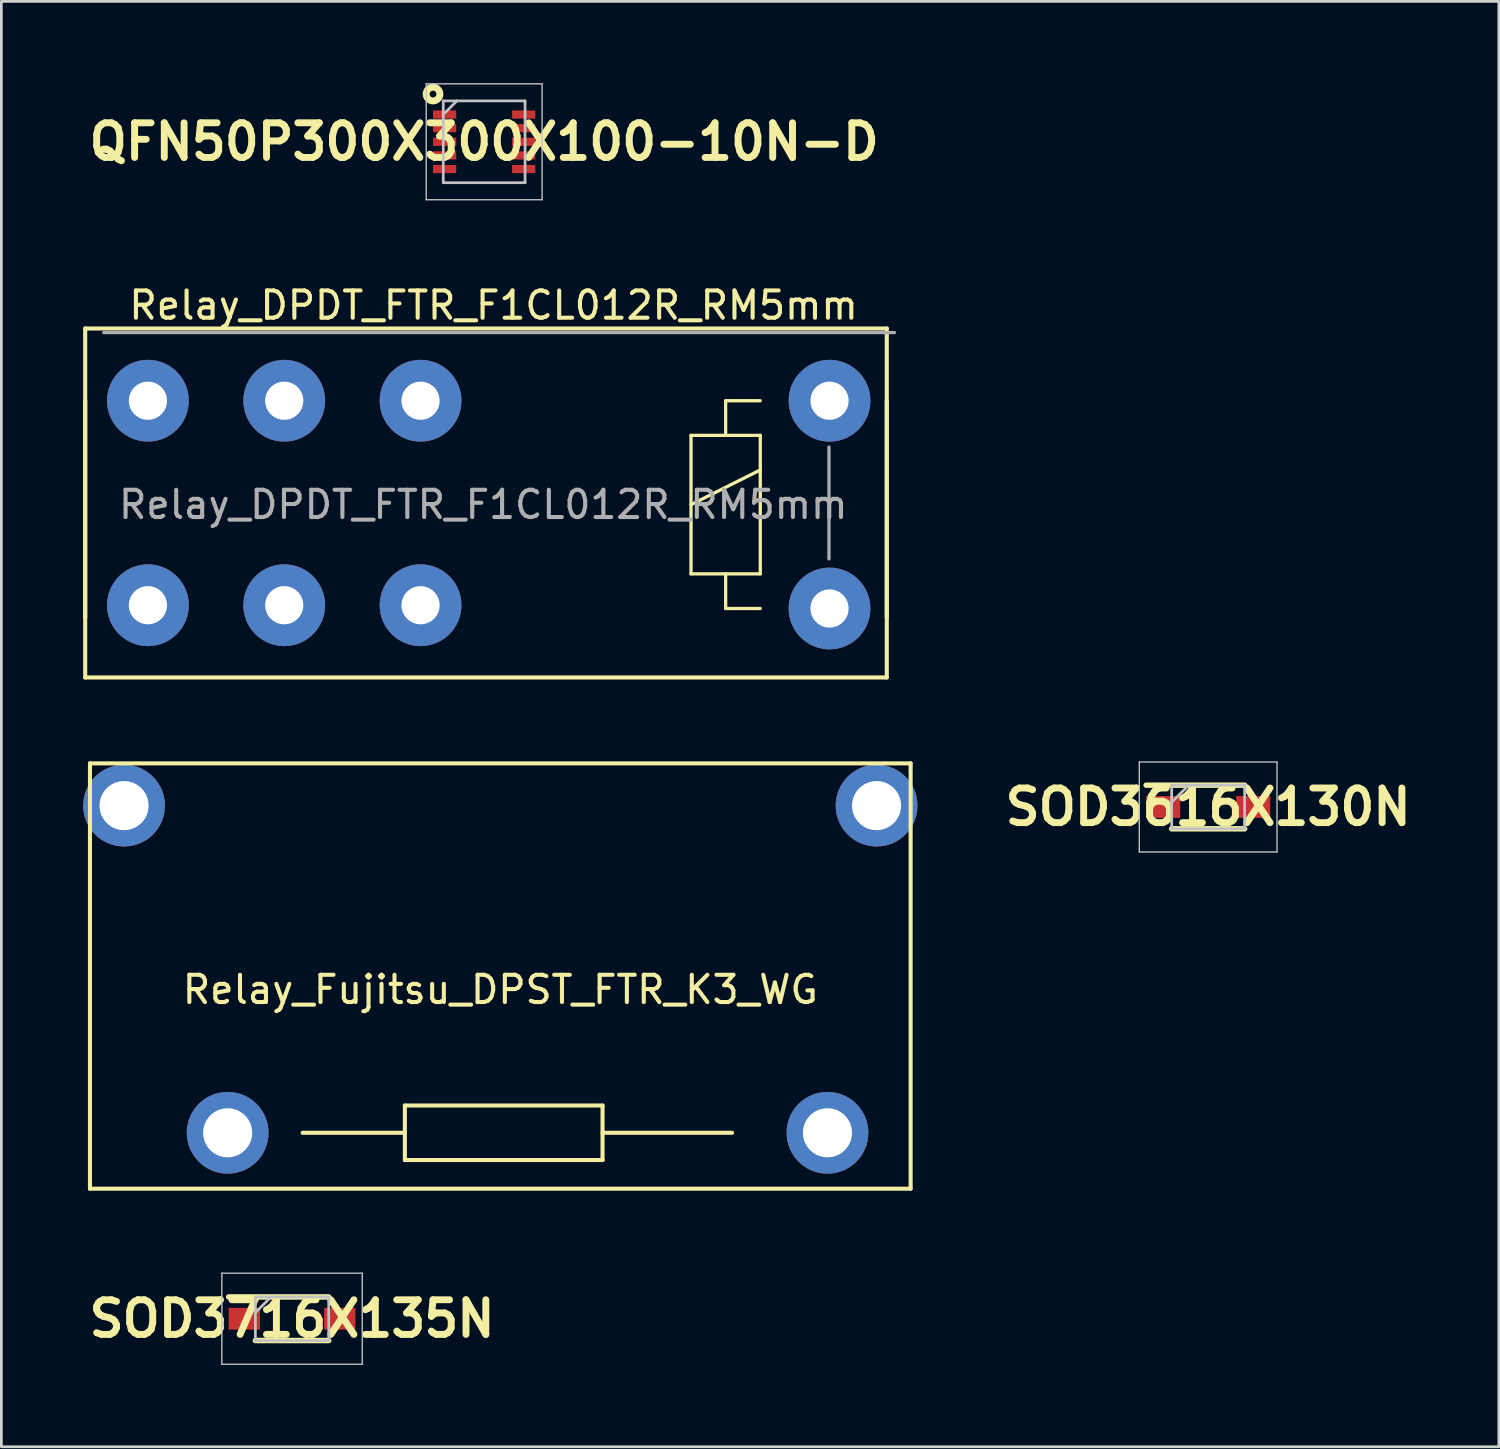
<source format=kicad_pcb>
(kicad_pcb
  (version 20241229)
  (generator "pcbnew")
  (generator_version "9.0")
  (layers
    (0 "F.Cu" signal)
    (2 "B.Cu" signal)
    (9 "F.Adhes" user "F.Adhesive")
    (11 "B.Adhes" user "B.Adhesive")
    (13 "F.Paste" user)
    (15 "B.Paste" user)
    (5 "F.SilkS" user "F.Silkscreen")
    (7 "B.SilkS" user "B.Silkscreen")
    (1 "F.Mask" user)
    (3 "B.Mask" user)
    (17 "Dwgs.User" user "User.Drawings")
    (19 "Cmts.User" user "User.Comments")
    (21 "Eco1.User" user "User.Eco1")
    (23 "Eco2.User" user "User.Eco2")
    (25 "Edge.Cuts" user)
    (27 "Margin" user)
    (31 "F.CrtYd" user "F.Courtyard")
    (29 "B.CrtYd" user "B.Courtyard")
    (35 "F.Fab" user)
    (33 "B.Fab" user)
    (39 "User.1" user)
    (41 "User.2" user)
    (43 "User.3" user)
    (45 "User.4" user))
  (footprint "QFN50P300X300X100-10N-D"
    (layer "F.Cu")
    (at 14.708 2.15)
    (property "Reference" "QFN50P300X300X100-10N-D" (at 0 0 0) (layer "F.SilkS") (effects (font (size 1.27 1.27) (thickness 0.254))))
    (attr smd)
    (fp_circle (center -1.875 -1.75) (end -1.75 -1.75) (stroke (width 0.254) (type solid)) (fill no) (layer "F.SilkS"))
    (fp_line (start -2.125 -2.125) (end 2.125 -2.125) (stroke (width 0.05) (type solid)) (layer "Dwgs.User"))
    (fp_line (start -2.125 2.125) (end -2.125 -2.125) (stroke (width 0.05) (type solid)) (layer "Dwgs.User"))
    (fp_line (start -1.5 -1.5) (end 1.5 -1.5) (stroke (width 0.1) (type solid)) (layer "Dwgs.User"))
    (fp_line (start -1.5 -1) (end -1 -1.5) (stroke (width 0.1) (type solid)) (layer "Dwgs.User"))
    (fp_line (start -1.5 1.5) (end -1.5 -1.5) (stroke (width 0.1) (type solid)) (layer "Dwgs.User"))
    (fp_line (start 1.5 -1.5) (end 1.5 1.5) (stroke (width 0.1) (type solid)) (layer "Dwgs.User"))
    (fp_line (start 1.5 1.5) (end -1.5 1.5) (stroke (width 0.1) (type solid)) (layer "Dwgs.User"))
    (fp_line (start 2.125 -2.125) (end 2.125 2.125) (stroke (width 0.05) (type solid)) (layer "Dwgs.User"))
    (fp_line (start 2.125 2.125) (end -2.125 2.125) (stroke (width 0.05) (type solid)) (layer "Dwgs.User"))
    (pad "1" smd rect (at -1.45 -1 90) (size 0.3 0.85) (layers "F.Cu" "F.Mask" "F.Paste"))
    (pad "2" smd rect (at -1.45 -0.5 90) (size 0.3 0.85) (layers "F.Cu" "F.Mask" "F.Paste"))
    (pad "3" smd rect (at -1.45 0 90) (size 0.3 0.85) (layers "F.Cu" "F.Mask" "F.Paste"))
    (pad "4" smd rect (at -1.45 0.5 90) (size 0.3 0.85) (layers "F.Cu" "F.Mask" "F.Paste"))
    (pad "5" smd rect (at -1.45 1 90) (size 0.3 0.85) (layers "F.Cu" "F.Mask" "F.Paste"))
    (pad "6" smd rect (at 1.45 1 90) (size 0.3 0.85) (layers "F.Cu" "F.Mask" "F.Paste"))
    (pad "7" smd rect (at 1.45 0.5 90) (size 0.3 0.85) (layers "F.Cu" "F.Mask" "F.Paste"))
    (pad "8" smd rect (at 1.45 0 90) (size 0.3 0.85) (layers "F.Cu" "F.Mask" "F.Paste"))
    (pad "9" smd rect (at 1.45 -0.5 90) (size 0.3 0.85) (layers "F.Cu" "F.Mask" "F.Paste"))
    (pad "10" smd rect (at 1.45 -1 90) (size 0.3 0.85) (layers "F.Cu" "F.Mask" "F.Paste")))
  (footprint "SOD3616X130N"
    (layer "F.Cu")
    (at 41.262 26.548)
    (property "Reference" "SOD3616X130N" (at 0 0 0) (layer "F.SilkS") (effects (font (size 1.27 1.27) (thickness 0.254))))
    (attr smd)
    (fp_line (start -2.275 -0.8) (end 1.338 -0.8) (stroke (width 0.2) (type solid)) (layer "F.SilkS"))
    (fp_line (start -1.338 0.8) (end 1.338 0.8) (stroke (width 0.2) (type solid)) (layer "F.SilkS"))
    (fp_line (start -2.525 -1.65) (end 2.525 -1.65) (stroke (width 0.05) (type solid)) (layer "Dwgs.User"))
    (fp_line (start -2.525 1.65) (end -2.525 -1.65) (stroke (width 0.05) (type solid)) (layer "Dwgs.User"))
    (fp_line (start -1.338 -0.8) (end 1.338 -0.8) (stroke (width 0.1) (type solid)) (layer "Dwgs.User"))
    (fp_line (start -1.338 -0.175) (end -0.712 -0.8) (stroke (width 0.1) (type solid)) (layer "Dwgs.User"))
    (fp_line (start -1.338 0.8) (end -1.338 -0.8) (stroke (width 0.1) (type solid)) (layer "Dwgs.User"))
    (fp_line (start 1.338 -0.8) (end 1.338 0.8) (stroke (width 0.1) (type solid)) (layer "Dwgs.User"))
    (fp_line (start 1.338 0.8) (end -1.338 0.8) (stroke (width 0.1) (type solid)) (layer "Dwgs.User"))
    (fp_line (start 2.525 -1.65) (end 2.525 1.65) (stroke (width 0.05) (type solid)) (layer "Dwgs.User"))
    (fp_line (start 2.525 1.65) (end -2.525 1.65) (stroke (width 0.05) (type solid)) (layer "Dwgs.User"))
    (pad "1" smd rect (at -1.65 0 90) (size 0.8 1.25) (layers "F.Cu" "F.Mask" "F.Paste"))
    (pad "2" smd rect (at 1.65 0 90) (size 0.8 1.25) (layers "F.Cu" "F.Mask" "F.Paste")))
  (footprint "SOD3716X135N"
    (layer "F.Cu")
    (at 7.662 45.318)
    (property "Reference" "SOD3716X135N" (at 0 0 0) (layer "F.SilkS") (effects (font (size 1.27 1.27) (thickness 0.254))))
    (attr smd)
    (fp_line (start -2.325 -0.8) (end 1.345 -0.8) (stroke (width 0.2) (type solid)) (layer "F.SilkS"))
    (fp_line (start -1.345 0.8) (end 1.345 0.8) (stroke (width 0.2) (type solid)) (layer "F.SilkS"))
    (fp_line (start -2.575 -1.67) (end 2.575 -1.67) (stroke (width 0.05) (type solid)) (layer "Dwgs.User"))
    (fp_line (start -2.575 1.67) (end -2.575 -1.67) (stroke (width 0.05) (type solid)) (layer "Dwgs.User"))
    (fp_line (start -1.345 -0.8) (end 1.345 -0.8) (stroke (width 0.1) (type solid)) (layer "Dwgs.User"))
    (fp_line (start -1.345 -0.225) (end -0.77 -0.8) (stroke (width 0.1) (type solid)) (layer "Dwgs.User"))
    (fp_line (start -1.345 0.8) (end -1.345 -0.8) (stroke (width 0.1) (type solid)) (layer "Dwgs.User"))
    (fp_line (start 1.345 -0.8) (end 1.345 0.8) (stroke (width 0.1) (type solid)) (layer "Dwgs.User"))
    (fp_line (start 1.345 0.8) (end -1.345 0.8) (stroke (width 0.1) (type solid)) (layer "Dwgs.User"))
    (fp_line (start 2.575 -1.67) (end 2.575 1.67) (stroke (width 0.05) (type solid)) (layer "Dwgs.User"))
    (fp_line (start 2.575 1.67) (end -2.575 1.67) (stroke (width 0.05) (type solid)) (layer "Dwgs.User"))
    (pad "1" smd rect (at -1.75 0 90) (size 0.8 1.15) (layers "F.Cu" "F.Mask" "F.Paste"))
    (pad "2" smd rect (at 1.75 0 90) (size 0.8 1.15) (layers "F.Cu" "F.Mask" "F.Paste")))
  (footprint "Relay_Fujitsu_DPST_FTR_K3_WG"
    (layer "F.Cu")
    (at 3.2 32.748)
    (property "Reference" "Relay_Fujitsu_DPST_FTR_K3_WG" (at 12.1 0.5 0) (layer "F.SilkS") (effects (font (size 1 1) (thickness 0.15))))
    (attr through_hole)
    (fp_line (start -2.95 -7.8) (end -2.95 7.8) (stroke (width 0.15) (type solid)) (layer "F.SilkS"))
    (fp_line (start -2.95 7.8) (end 27.15 7.8) (stroke (width 0.15) (type solid)) (layer "F.SilkS"))
    (fp_line (start 8.6 4.75) (end 15.85 4.75) (stroke (width 0.15) (type solid)) (layer "F.SilkS"))
    (fp_line (start 8.6 5.75) (end 4.85 5.75) (stroke (width 0.15) (type solid)) (layer "F.SilkS"))
    (fp_line (start 8.6 6.75) (end 8.6 4.75) (stroke (width 0.15) (type solid)) (layer "F.SilkS"))
    (fp_line (start 15.85 4.75) (end 15.85 6.75) (stroke (width 0.15) (type solid)) (layer "F.SilkS"))
    (fp_line (start 15.85 5.75) (end 20.6 5.75) (stroke (width 0.15) (type solid)) (layer "F.SilkS"))
    (fp_line (start 15.85 6.75) (end 8.6 6.75) (stroke (width 0.15) (type solid)) (layer "F.SilkS"))
    (fp_line (start 27.15 -7.8) (end -2.95 -7.8) (stroke (width 0.15) (type solid)) (layer "F.SilkS"))
    (fp_line (start 27.15 7.8) (end 27.15 -7.8) (stroke (width 0.15) (type solid)) (layer "F.SilkS"))
    (pad "1" thru_hole circle (at 24.1 5.75) (size 3 3) (drill 1.8) (layers "*.Cu" "*.Mask"))
    (pad "2" thru_hole circle (at 2.1 5.75) (size 3 3) (drill 1.8) (layers "*.Cu" "*.Mask"))
    (pad "3" thru_hole circle (at -1.7 -6.25) (size 3 3) (drill 1.8) (layers "*.Cu" "*.Mask"))
    (pad "4" thru_hole circle (at 25.9 -6.25) (size 3 3) (drill 1.8) (layers "*.Cu" "*.Mask")))
  (footprint "Relay_DPDT_FTR_F1CL012R_RM5mm"
    (layer "F.Cu")
    (at 2.375 11.648)
    (property "Reference" "Relay_DPDT_FTR_F1CL012R_RM5mm" (at 12.68 -3.5 0) (layer "F.SilkS") (effects (font (size 1 1) (thickness 0.15))))
    (attr through_hole)
    (fp_line (start -2.3 -2.65) (end -2.3 7.95) (stroke (width 0.15) (type solid)) (layer "F.SilkS"))
    (fp_line (start -2.3 10.15) (end -2.3 0) (stroke (width 0.15) (type solid)) (layer "F.SilkS"))
    (fp_line (start 19.92 1.27) (end 19.92 6.35) (stroke (width 0.12) (type solid)) (layer "F.SilkS"))
    (fp_line (start 19.92 6.35) (end 22.46 6.35) (stroke (width 0.12) (type solid)) (layer "F.SilkS"))
    (fp_line (start 21.19 0) (end 21.19 1.27) (stroke (width 0.12) (type solid)) (layer "F.SilkS"))
    (fp_line (start 21.19 1.27) (end 19.92 1.27) (stroke (width 0.12) (type solid)) (layer "F.SilkS"))
    (fp_line (start 21.19 6.35) (end 21.19 7.62) (stroke (width 0.12) (type solid)) (layer "F.SilkS"))
    (fp_line (start 21.19 7.62) (end 22.46 7.62) (stroke (width 0.12) (type solid)) (layer "F.SilkS"))
    (fp_line (start 22.46 0) (end 21.19 0) (stroke (width 0.12) (type solid)) (layer "F.SilkS"))
    (fp_line (start 22.46 1.27) (end 21.19 1.27) (stroke (width 0.12) (type solid)) (layer "F.SilkS"))
    (fp_line (start 22.46 2.54) (end 19.92 3.81) (stroke (width 0.12) (type solid)) (layer "F.SilkS"))
    (fp_line (start 22.46 6.35) (end 22.46 1.27) (stroke (width 0.12) (type solid)) (layer "F.SilkS"))
    (fp_line (start 27.1 -2.65) (end -2.3 -2.65) (stroke (width 0.15) (type solid)) (layer "F.SilkS"))
    (fp_line (start 27.1 0) (end 27.1 10.15) (stroke (width 0.15) (type solid)) (layer "F.SilkS"))
    (fp_line (start 27.1 7.95) (end 27.1 -2.65) (stroke (width 0.15) (type solid)) (layer "F.SilkS"))
    (fp_line (start 27.1 10.15) (end -2.3 10.15) (stroke (width 0.15) (type solid)) (layer "F.SilkS"))
    (fp_line (start -1.62 -2.5) (end 27.38 -2.5) (stroke (width 0.12) (type solid)) (layer "F.Fab"))
    (fp_line (start 24.98 1.7) (end 24.98 5.8) (stroke (width 0.12) (type solid)) (layer "F.Fab"))
    (fp_text user "${REFERENCE}" (at 12.3 3.81 0) (layer "F.Fab") (effects (font (size 1 1) (thickness 0.15))))
    (pad "1" thru_hole circle (at 0 0) (size 3 3) (drill 1.4) (layers "*.Cu" "*.Mask"))
    (pad "2" thru_hole circle (at 5 0) (size 3 3) (drill 1.4) (layers "*.Cu" "*.Mask"))
    (pad "3" thru_hole circle (at 10 0) (size 3 3) (drill 1.4) (layers "*.Cu" "*.Mask"))
    (pad "4" thru_hole circle (at 25 0) (size 3 3) (drill 1.4) (layers "*.Cu" "*.Mask"))
    (pad "5" thru_hole circle (at 25 7.62) (size 3 3) (drill 1.4) (layers "*.Cu" "*.Mask"))
    (pad "6" thru_hole circle (at 10 7.5) (size 3 3) (drill 1.4) (layers "*.Cu" "*.Mask"))
    (pad "7" thru_hole circle (at 5 7.5) (size 3 3) (drill 1.4) (layers "*.Cu" "*.Mask"))
    (pad "8" thru_hole circle (at 0 7.5) (size 3 3) (drill 1.4) (layers "*.Cu" "*.Mask")))
  (gr_rect
    (start -3 -3)
    (end 51.925 50.013)
    (stroke (width 0.1) (type default))
    (fill no)
    (layer "Edge.Cuts")))
</source>
